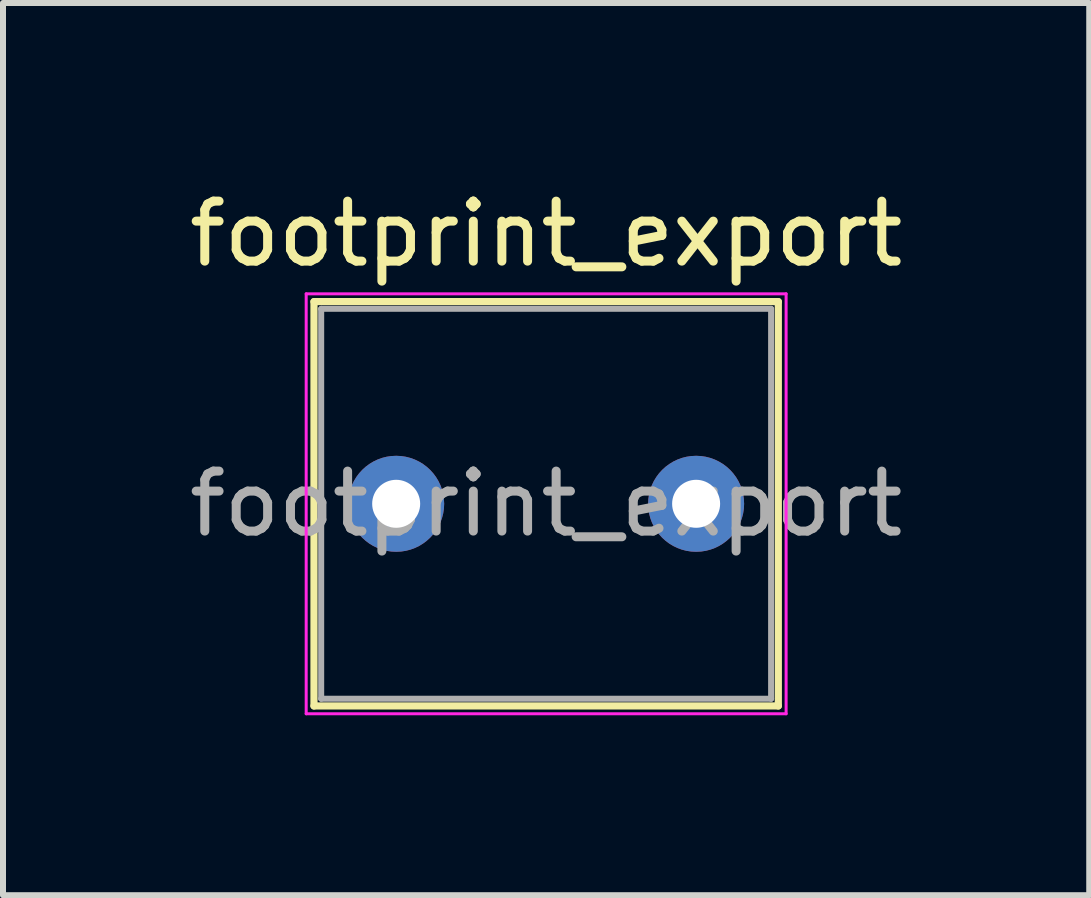
<source format=kicad_pcb>
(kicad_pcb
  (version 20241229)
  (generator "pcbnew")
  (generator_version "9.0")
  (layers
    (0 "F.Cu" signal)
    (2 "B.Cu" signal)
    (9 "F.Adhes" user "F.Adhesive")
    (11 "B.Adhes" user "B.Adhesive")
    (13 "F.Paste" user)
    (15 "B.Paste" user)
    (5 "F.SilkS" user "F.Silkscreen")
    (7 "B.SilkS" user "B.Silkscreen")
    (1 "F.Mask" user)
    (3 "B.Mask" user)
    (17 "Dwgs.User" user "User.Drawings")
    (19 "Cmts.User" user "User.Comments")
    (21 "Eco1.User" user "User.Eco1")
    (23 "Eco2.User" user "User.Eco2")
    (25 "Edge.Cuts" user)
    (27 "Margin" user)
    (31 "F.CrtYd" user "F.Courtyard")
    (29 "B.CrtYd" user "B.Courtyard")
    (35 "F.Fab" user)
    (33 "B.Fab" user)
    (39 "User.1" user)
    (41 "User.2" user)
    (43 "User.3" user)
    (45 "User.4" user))
  (footprint "footprint_export"
    (layer "F.Cu")
    (at 3.554 5.348)
    (property "Reference" "footprint_export" (at 2.5 -4.5 0) (layer "F.SilkS") (effects (font (size 1 1) (thickness 0.15))))
    (attr through_hole)
    (fp_line (start -1.37 -3.37) (end -1.37 3.37) (stroke (width 0.12) (type solid)) (layer "F.SilkS"))
    (fp_line (start -1.37 -3.37) (end 6.37 -3.37) (stroke (width 0.12) (type solid)) (layer "F.SilkS"))
    (fp_line (start -1.37 3.37) (end 6.37 3.37) (stroke (width 0.12) (type solid)) (layer "F.SilkS"))
    (fp_line (start 6.37 -3.37) (end 6.37 3.37) (stroke (width 0.12) (type solid)) (layer "F.SilkS"))
    (fp_line (start -1.5 -3.5) (end -1.5 3.5) (stroke (width 0.05) (type solid)) (layer "F.CrtYd"))
    (fp_line (start -1.5 3.5) (end 6.5 3.5) (stroke (width 0.05) (type solid)) (layer "F.CrtYd"))
    (fp_line (start 6.5 -3.5) (end -1.5 -3.5) (stroke (width 0.05) (type solid)) (layer "F.CrtYd"))
    (fp_line (start 6.5 3.5) (end 6.5 -3.5) (stroke (width 0.05) (type solid)) (layer "F.CrtYd"))
    (fp_line (start -1.25 -3.25) (end -1.25 3.25) (stroke (width 0.1) (type solid)) (layer "F.Fab"))
    (fp_line (start -1.25 3.25) (end 6.25 3.25) (stroke (width 0.1) (type solid)) (layer "F.Fab"))
    (fp_line (start 6.25 -3.25) (end -1.25 -3.25) (stroke (width 0.1) (type solid)) (layer "F.Fab"))
    (fp_line (start 6.25 3.25) (end 6.25 -3.25) (stroke (width 0.1) (type solid)) (layer "F.Fab"))
    (fp_text user "${REFERENCE}" (at 2.5 0 0) (layer "F.Fab") (effects (font (size 1 1) (thickness 0.15))))
    (pad "1" thru_hole circle (at 0 0) (size 1.6 1.6) (drill 0.8) (layers "*.Cu" "*.Mask"))
    (pad "2" thru_hole circle (at 5 0) (size 1.6 1.6) (drill 0.8) (layers "*.Cu" "*.Mask")))
  (gr_rect
    (start -3 -3)
    (end 15.107 11.873)
    (stroke (width 0.1) (type default))
    (fill no)
    (layer "Edge.Cuts")))
</source>
